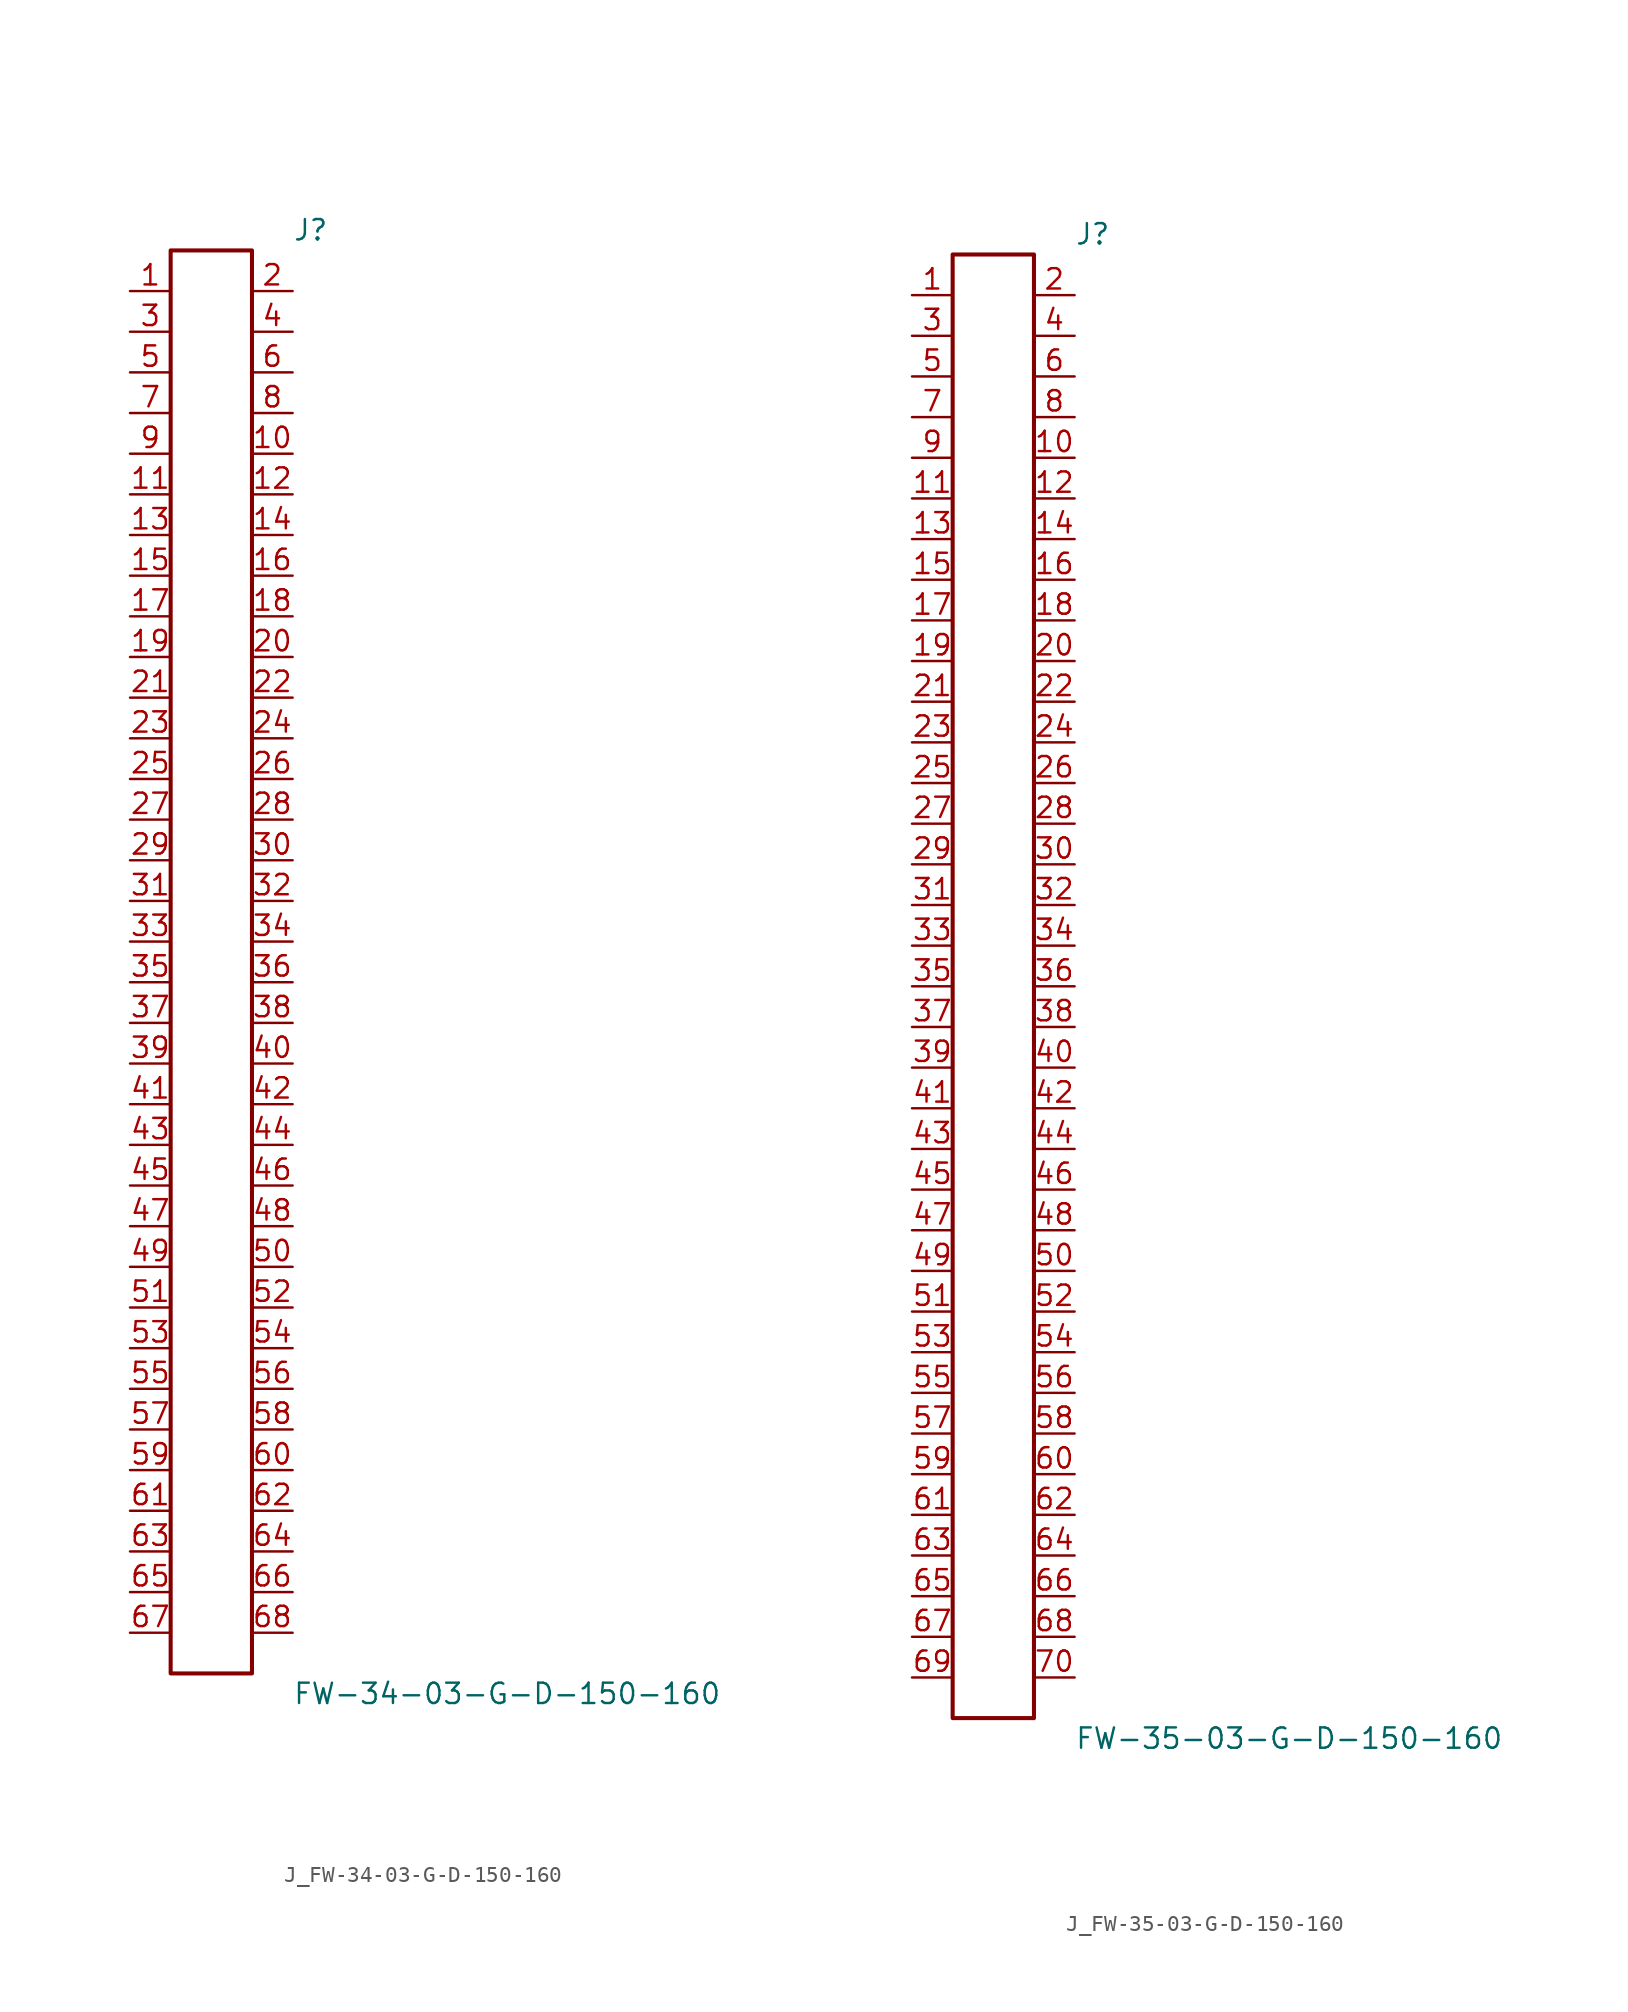
<source format=kicad_sym>
(kicad_symbol_lib
  (version 20231120)
  (generator kicad_symbol_editor)
  (generator_version 8.0)
  (symbol "J_FW-34-03-G-D-150-160"
    (pin_names
      (offset 0.254))
    (property "Reference" "J"
      (at 5.08 45.72 0)
      (effects (font (size 1.27 1.27)) (justify left)))
    (property "Value" "FW-34-03-G-D-150-160"
      (at 5.08 -45.72 0)
      (effects (font (size 1.27 1.27)) (justify left)))
    (symbol "J_FW-34-03-G-D-150-160_0_0"
      (pin passive line (at -5.08 41.91 0) (length 2.54) (name "" (effects (font (size 1.27 1.27)))) (number "1" (effects (font (size 1.27 1.27)))))
      (pin passive line (at 5.08 41.91 180) (length 2.54) (name "" (effects (font (size 1.27 1.27)))) (number "2" (effects (font (size 1.27 1.27)))))
      (pin passive line (at -5.08 39.37 0) (length 2.54) (name "" (effects (font (size 1.27 1.27)))) (number "3" (effects (font (size 1.27 1.27)))))
      (pin passive line (at 5.08 39.37 180) (length 2.54) (name "" (effects (font (size 1.27 1.27)))) (number "4" (effects (font (size 1.27 1.27)))))
      (pin passive line (at -5.08 36.83 0) (length 2.54) (name "" (effects (font (size 1.27 1.27)))) (number "5" (effects (font (size 1.27 1.27)))))
      (pin passive line (at 5.08 36.83 180) (length 2.54) (name "" (effects (font (size 1.27 1.27)))) (number "6" (effects (font (size 1.27 1.27)))))
      (pin passive line (at -5.08 34.29 0) (length 2.54) (name "" (effects (font (size 1.27 1.27)))) (number "7" (effects (font (size 1.27 1.27)))))
      (pin passive line (at 5.08 34.29 180) (length 2.54) (name "" (effects (font (size 1.27 1.27)))) (number "8" (effects (font (size 1.27 1.27)))))
      (pin passive line (at -5.08 31.75 0) (length 2.54) (name "" (effects (font (size 1.27 1.27)))) (number "9" (effects (font (size 1.27 1.27)))))
      (pin passive line (at 5.08 31.75 180) (length 2.54) (name "" (effects (font (size 1.27 1.27)))) (number "10" (effects (font (size 1.27 1.27)))))
      (pin passive line (at -5.08 29.21 0) (length 2.54) (name "" (effects (font (size 1.27 1.27)))) (number "11" (effects (font (size 1.27 1.27)))))
      (pin passive line (at 5.08 29.21 180) (length 2.54) (name "" (effects (font (size 1.27 1.27)))) (number "12" (effects (font (size 1.27 1.27)))))
      (pin passive line (at -5.08 26.67 0) (length 2.54) (name "" (effects (font (size 1.27 1.27)))) (number "13" (effects (font (size 1.27 1.27)))))
      (pin passive line (at 5.08 26.67 180) (length 2.54) (name "" (effects (font (size 1.27 1.27)))) (number "14" (effects (font (size 1.27 1.27)))))
      (pin passive line (at -5.08 24.13 0) (length 2.54) (name "" (effects (font (size 1.27 1.27)))) (number "15" (effects (font (size 1.27 1.27)))))
      (pin passive line (at 5.08 24.13 180) (length 2.54) (name "" (effects (font (size 1.27 1.27)))) (number "16" (effects (font (size 1.27 1.27)))))
      (pin passive line (at -5.08 21.59 0) (length 2.54) (name "" (effects (font (size 1.27 1.27)))) (number "17" (effects (font (size 1.27 1.27)))))
      (pin passive line (at 5.08 21.59 180) (length 2.54) (name "" (effects (font (size 1.27 1.27)))) (number "18" (effects (font (size 1.27 1.27)))))
      (pin passive line (at -5.08 19.05 0) (length 2.54) (name "" (effects (font (size 1.27 1.27)))) (number "19" (effects (font (size 1.27 1.27)))))
      (pin passive line (at 5.08 19.05 180) (length 2.54) (name "" (effects (font (size 1.27 1.27)))) (number "20" (effects (font (size 1.27 1.27)))))
      (pin passive line (at -5.08 16.51 0) (length 2.54) (name "" (effects (font (size 1.27 1.27)))) (number "21" (effects (font (size 1.27 1.27)))))
      (pin passive line (at 5.08 16.51 180) (length 2.54) (name "" (effects (font (size 1.27 1.27)))) (number "22" (effects (font (size 1.27 1.27)))))
      (pin passive line (at -5.08 13.97 0) (length 2.54) (name "" (effects (font (size 1.27 1.27)))) (number "23" (effects (font (size 1.27 1.27)))))
      (pin passive line (at 5.08 13.97 180) (length 2.54) (name "" (effects (font (size 1.27 1.27)))) (number "24" (effects (font (size 1.27 1.27)))))
      (pin passive line (at -5.08 11.43 0) (length 2.54) (name "" (effects (font (size 1.27 1.27)))) (number "25" (effects (font (size 1.27 1.27)))))
      (pin passive line (at 5.08 11.43 180) (length 2.54) (name "" (effects (font (size 1.27 1.27)))) (number "26" (effects (font (size 1.27 1.27)))))
      (pin passive line (at -5.08 8.89 0) (length 2.54) (name "" (effects (font (size 1.27 1.27)))) (number "27" (effects (font (size 1.27 1.27)))))
      (pin passive line (at 5.08 8.89 180) (length 2.54) (name "" (effects (font (size 1.27 1.27)))) (number "28" (effects (font (size 1.27 1.27)))))
      (pin passive line (at -5.08 6.35 0) (length 2.54) (name "" (effects (font (size 1.27 1.27)))) (number "29" (effects (font (size 1.27 1.27)))))
      (pin passive line (at 5.08 6.35 180) (length 2.54) (name "" (effects (font (size 1.27 1.27)))) (number "30" (effects (font (size 1.27 1.27)))))
      (pin passive line (at -5.08 3.81 0) (length 2.54) (name "" (effects (font (size 1.27 1.27)))) (number "31" (effects (font (size 1.27 1.27)))))
      (pin passive line (at 5.08 3.81 180) (length 2.54) (name "" (effects (font (size 1.27 1.27)))) (number "32" (effects (font (size 1.27 1.27)))))
      (pin passive line (at -5.08 1.27 0) (length 2.54) (name "" (effects (font (size 1.27 1.27)))) (number "33" (effects (font (size 1.27 1.27)))))
      (pin passive line (at 5.08 1.27 180) (length 2.54) (name "" (effects (font (size 1.27 1.27)))) (number "34" (effects (font (size 1.27 1.27)))))
      (pin passive line (at -5.08 -1.27 0) (length 2.54) (name "" (effects (font (size 1.27 1.27)))) (number "35" (effects (font (size 1.27 1.27)))))
      (pin passive line (at 5.08 -1.27 180) (length 2.54) (name "" (effects (font (size 1.27 1.27)))) (number "36" (effects (font (size 1.27 1.27)))))
      (pin passive line (at -5.08 -3.81 0) (length 2.54) (name "" (effects (font (size 1.27 1.27)))) (number "37" (effects (font (size 1.27 1.27)))))
      (pin passive line (at 5.08 -3.81 180) (length 2.54) (name "" (effects (font (size 1.27 1.27)))) (number "38" (effects (font (size 1.27 1.27)))))
      (pin passive line (at -5.08 -6.35 0) (length 2.54) (name "" (effects (font (size 1.27 1.27)))) (number "39" (effects (font (size 1.27 1.27)))))
      (pin passive line (at 5.08 -6.35 180) (length 2.54) (name "" (effects (font (size 1.27 1.27)))) (number "40" (effects (font (size 1.27 1.27)))))
      (pin passive line (at -5.08 -8.89 0) (length 2.54) (name "" (effects (font (size 1.27 1.27)))) (number "41" (effects (font (size 1.27 1.27)))))
      (pin passive line (at 5.08 -8.89 180) (length 2.54) (name "" (effects (font (size 1.27 1.27)))) (number "42" (effects (font (size 1.27 1.27)))))
      (pin passive line (at -5.08 -11.43 0) (length 2.54) (name "" (effects (font (size 1.27 1.27)))) (number "43" (effects (font (size 1.27 1.27)))))
      (pin passive line (at 5.08 -11.43 180) (length 2.54) (name "" (effects (font (size 1.27 1.27)))) (number "44" (effects (font (size 1.27 1.27)))))
      (pin passive line (at -5.08 -13.97 0) (length 2.54) (name "" (effects (font (size 1.27 1.27)))) (number "45" (effects (font (size 1.27 1.27)))))
      (pin passive line (at 5.08 -13.97 180) (length 2.54) (name "" (effects (font (size 1.27 1.27)))) (number "46" (effects (font (size 1.27 1.27)))))
      (pin passive line (at -5.08 -16.51 0) (length 2.54) (name "" (effects (font (size 1.27 1.27)))) (number "47" (effects (font (size 1.27 1.27)))))
      (pin passive line (at 5.08 -16.51 180) (length 2.54) (name "" (effects (font (size 1.27 1.27)))) (number "48" (effects (font (size 1.27 1.27)))))
      (pin passive line (at -5.08 -19.05 0) (length 2.54) (name "" (effects (font (size 1.27 1.27)))) (number "49" (effects (font (size 1.27 1.27)))))
      (pin passive line (at 5.08 -19.05 180) (length 2.54) (name "" (effects (font (size 1.27 1.27)))) (number "50" (effects (font (size 1.27 1.27)))))
      (pin passive line (at -5.08 -21.59 0) (length 2.54) (name "" (effects (font (size 1.27 1.27)))) (number "51" (effects (font (size 1.27 1.27)))))
      (pin passive line (at 5.08 -21.59 180) (length 2.54) (name "" (effects (font (size 1.27 1.27)))) (number "52" (effects (font (size 1.27 1.27)))))
      (pin passive line (at -5.08 -24.13 0) (length 2.54) (name "" (effects (font (size 1.27 1.27)))) (number "53" (effects (font (size 1.27 1.27)))))
      (pin passive line (at 5.08 -24.13 180) (length 2.54) (name "" (effects (font (size 1.27 1.27)))) (number "54" (effects (font (size 1.27 1.27)))))
      (pin passive line (at -5.08 -26.67 0) (length 2.54) (name "" (effects (font (size 1.27 1.27)))) (number "55" (effects (font (size 1.27 1.27)))))
      (pin passive line (at 5.08 -26.67 180) (length 2.54) (name "" (effects (font (size 1.27 1.27)))) (number "56" (effects (font (size 1.27 1.27)))))
      (pin passive line (at -5.08 -29.21 0) (length 2.54) (name "" (effects (font (size 1.27 1.27)))) (number "57" (effects (font (size 1.27 1.27)))))
      (pin passive line (at 5.08 -29.21 180) (length 2.54) (name "" (effects (font (size 1.27 1.27)))) (number "58" (effects (font (size 1.27 1.27)))))
      (pin passive line (at -5.08 -31.75 0) (length 2.54) (name "" (effects (font (size 1.27 1.27)))) (number "59" (effects (font (size 1.27 1.27)))))
      (pin passive line (at 5.08 -31.75 180) (length 2.54) (name "" (effects (font (size 1.27 1.27)))) (number "60" (effects (font (size 1.27 1.27)))))
      (pin passive line (at -5.08 -34.29 0) (length 2.54) (name "" (effects (font (size 1.27 1.27)))) (number "61" (effects (font (size 1.27 1.27)))))
      (pin passive line (at 5.08 -34.29 180) (length 2.54) (name "" (effects (font (size 1.27 1.27)))) (number "62" (effects (font (size 1.27 1.27)))))
      (pin passive line (at -5.08 -36.83 0) (length 2.54) (name "" (effects (font (size 1.27 1.27)))) (number "63" (effects (font (size 1.27 1.27)))))
      (pin passive line (at 5.08 -36.83 180) (length 2.54) (name "" (effects (font (size 1.27 1.27)))) (number "64" (effects (font (size 1.27 1.27)))))
      (pin passive line (at -5.08 -39.37 0) (length 2.54) (name "" (effects (font (size 1.27 1.27)))) (number "65" (effects (font (size 1.27 1.27)))))
      (pin passive line (at 5.08 -39.37 180) (length 2.54) (name "" (effects (font (size 1.27 1.27)))) (number "66" (effects (font (size 1.27 1.27)))))
      (pin passive line (at -5.08 -41.91 0) (length 2.54) (name "" (effects (font (size 1.27 1.27)))) (number "67" (effects (font (size 1.27 1.27)))))
      (pin passive line (at 5.08 -41.91 180) (length 2.54) (name "" (effects (font (size 1.27 1.27)))) (number "68" (effects (font (size 1.27 1.27))))))
    (symbol "J_FW-34-03-G-D-150-160_1_0"
      (rectangle (start -2.54 44.45) (end 2.54 -44.45) (stroke (width 0.254) (type solid)) (fill (type none)))))
  (symbol "J_FW-35-03-G-D-150-160"
    (pin_names
      (offset 0.254))
    (property "Reference" "J"
      (at 5.08 46.99 0)
      (effects (font (size 1.27 1.27)) (justify left)))
    (property "Value" "FW-35-03-G-D-150-160"
      (at 5.08 -46.99 0)
      (effects (font (size 1.27 1.27)) (justify left)))
    (symbol "J_FW-35-03-G-D-150-160_0_0"
      (pin passive line (at -5.08 43.18 0) (length 2.54) (name "" (effects (font (size 1.27 1.27)))) (number "1" (effects (font (size 1.27 1.27)))))
      (pin passive line (at 5.08 43.18 180) (length 2.54) (name "" (effects (font (size 1.27 1.27)))) (number "2" (effects (font (size 1.27 1.27)))))
      (pin passive line (at -5.08 40.64 0) (length 2.54) (name "" (effects (font (size 1.27 1.27)))) (number "3" (effects (font (size 1.27 1.27)))))
      (pin passive line (at 5.08 40.64 180) (length 2.54) (name "" (effects (font (size 1.27 1.27)))) (number "4" (effects (font (size 1.27 1.27)))))
      (pin passive line (at -5.08 38.1 0) (length 2.54) (name "" (effects (font (size 1.27 1.27)))) (number "5" (effects (font (size 1.27 1.27)))))
      (pin passive line (at 5.08 38.1 180) (length 2.54) (name "" (effects (font (size 1.27 1.27)))) (number "6" (effects (font (size 1.27 1.27)))))
      (pin passive line (at -5.08 35.56 0) (length 2.54) (name "" (effects (font (size 1.27 1.27)))) (number "7" (effects (font (size 1.27 1.27)))))
      (pin passive line (at 5.08 35.56 180) (length 2.54) (name "" (effects (font (size 1.27 1.27)))) (number "8" (effects (font (size 1.27 1.27)))))
      (pin passive line (at -5.08 33.02 0) (length 2.54) (name "" (effects (font (size 1.27 1.27)))) (number "9" (effects (font (size 1.27 1.27)))))
      (pin passive line (at 5.08 33.02 180) (length 2.54) (name "" (effects (font (size 1.27 1.27)))) (number "10" (effects (font (size 1.27 1.27)))))
      (pin passive line (at -5.08 30.48 0) (length 2.54) (name "" (effects (font (size 1.27 1.27)))) (number "11" (effects (font (size 1.27 1.27)))))
      (pin passive line (at 5.08 30.48 180) (length 2.54) (name "" (effects (font (size 1.27 1.27)))) (number "12" (effects (font (size 1.27 1.27)))))
      (pin passive line (at -5.08 27.94 0) (length 2.54) (name "" (effects (font (size 1.27 1.27)))) (number "13" (effects (font (size 1.27 1.27)))))
      (pin passive line (at 5.08 27.94 180) (length 2.54) (name "" (effects (font (size 1.27 1.27)))) (number "14" (effects (font (size 1.27 1.27)))))
      (pin passive line (at -5.08 25.4 0) (length 2.54) (name "" (effects (font (size 1.27 1.27)))) (number "15" (effects (font (size 1.27 1.27)))))
      (pin passive line (at 5.08 25.4 180) (length 2.54) (name "" (effects (font (size 1.27 1.27)))) (number "16" (effects (font (size 1.27 1.27)))))
      (pin passive line (at -5.08 22.86 0) (length 2.54) (name "" (effects (font (size 1.27 1.27)))) (number "17" (effects (font (size 1.27 1.27)))))
      (pin passive line (at 5.08 22.86 180) (length 2.54) (name "" (effects (font (size 1.27 1.27)))) (number "18" (effects (font (size 1.27 1.27)))))
      (pin passive line (at -5.08 20.32 0) (length 2.54) (name "" (effects (font (size 1.27 1.27)))) (number "19" (effects (font (size 1.27 1.27)))))
      (pin passive line (at 5.08 20.32 180) (length 2.54) (name "" (effects (font (size 1.27 1.27)))) (number "20" (effects (font (size 1.27 1.27)))))
      (pin passive line (at -5.08 17.78 0) (length 2.54) (name "" (effects (font (size 1.27 1.27)))) (number "21" (effects (font (size 1.27 1.27)))))
      (pin passive line (at 5.08 17.78 180) (length 2.54) (name "" (effects (font (size 1.27 1.27)))) (number "22" (effects (font (size 1.27 1.27)))))
      (pin passive line (at -5.08 15.24 0) (length 2.54) (name "" (effects (font (size 1.27 1.27)))) (number "23" (effects (font (size 1.27 1.27)))))
      (pin passive line (at 5.08 15.24 180) (length 2.54) (name "" (effects (font (size 1.27 1.27)))) (number "24" (effects (font (size 1.27 1.27)))))
      (pin passive line (at -5.08 12.7 0) (length 2.54) (name "" (effects (font (size 1.27 1.27)))) (number "25" (effects (font (size 1.27 1.27)))))
      (pin passive line (at 5.08 12.7 180) (length 2.54) (name "" (effects (font (size 1.27 1.27)))) (number "26" (effects (font (size 1.27 1.27)))))
      (pin passive line (at -5.08 10.16 0) (length 2.54) (name "" (effects (font (size 1.27 1.27)))) (number "27" (effects (font (size 1.27 1.27)))))
      (pin passive line (at 5.08 10.16 180) (length 2.54) (name "" (effects (font (size 1.27 1.27)))) (number "28" (effects (font (size 1.27 1.27)))))
      (pin passive line (at -5.08 7.62 0) (length 2.54) (name "" (effects (font (size 1.27 1.27)))) (number "29" (effects (font (size 1.27 1.27)))))
      (pin passive line (at 5.08 7.62 180) (length 2.54) (name "" (effects (font (size 1.27 1.27)))) (number "30" (effects (font (size 1.27 1.27)))))
      (pin passive line (at -5.08 5.08 0) (length 2.54) (name "" (effects (font (size 1.27 1.27)))) (number "31" (effects (font (size 1.27 1.27)))))
      (pin passive line (at 5.08 5.08 180) (length 2.54) (name "" (effects (font (size 1.27 1.27)))) (number "32" (effects (font (size 1.27 1.27)))))
      (pin passive line (at -5.08 2.54 0) (length 2.54) (name "" (effects (font (size 1.27 1.27)))) (number "33" (effects (font (size 1.27 1.27)))))
      (pin passive line (at 5.08 2.54 180) (length 2.54) (name "" (effects (font (size 1.27 1.27)))) (number "34" (effects (font (size 1.27 1.27)))))
      (pin passive line (at -5.08 0.0 0) (length 2.54) (name "" (effects (font (size 1.27 1.27)))) (number "35" (effects (font (size 1.27 1.27)))))
      (pin passive line (at 5.08 0.0 180) (length 2.54) (name "" (effects (font (size 1.27 1.27)))) (number "36" (effects (font (size 1.27 1.27)))))
      (pin passive line (at -5.08 -2.54 0) (length 2.54) (name "" (effects (font (size 1.27 1.27)))) (number "37" (effects (font (size 1.27 1.27)))))
      (pin passive line (at 5.08 -2.54 180) (length 2.54) (name "" (effects (font (size 1.27 1.27)))) (number "38" (effects (font (size 1.27 1.27)))))
      (pin passive line (at -5.08 -5.08 0) (length 2.54) (name "" (effects (font (size 1.27 1.27)))) (number "39" (effects (font (size 1.27 1.27)))))
      (pin passive line (at 5.08 -5.08 180) (length 2.54) (name "" (effects (font (size 1.27 1.27)))) (number "40" (effects (font (size 1.27 1.27)))))
      (pin passive line (at -5.08 -7.62 0) (length 2.54) (name "" (effects (font (size 1.27 1.27)))) (number "41" (effects (font (size 1.27 1.27)))))
      (pin passive line (at 5.08 -7.62 180) (length 2.54) (name "" (effects (font (size 1.27 1.27)))) (number "42" (effects (font (size 1.27 1.27)))))
      (pin passive line (at -5.08 -10.16 0) (length 2.54) (name "" (effects (font (size 1.27 1.27)))) (number "43" (effects (font (size 1.27 1.27)))))
      (pin passive line (at 5.08 -10.16 180) (length 2.54) (name "" (effects (font (size 1.27 1.27)))) (number "44" (effects (font (size 1.27 1.27)))))
      (pin passive line (at -5.08 -12.7 0) (length 2.54) (name "" (effects (font (size 1.27 1.27)))) (number "45" (effects (font (size 1.27 1.27)))))
      (pin passive line (at 5.08 -12.7 180) (length 2.54) (name "" (effects (font (size 1.27 1.27)))) (number "46" (effects (font (size 1.27 1.27)))))
      (pin passive line (at -5.08 -15.24 0) (length 2.54) (name "" (effects (font (size 1.27 1.27)))) (number "47" (effects (font (size 1.27 1.27)))))
      (pin passive line (at 5.08 -15.24 180) (length 2.54) (name "" (effects (font (size 1.27 1.27)))) (number "48" (effects (font (size 1.27 1.27)))))
      (pin passive line (at -5.08 -17.78 0) (length 2.54) (name "" (effects (font (size 1.27 1.27)))) (number "49" (effects (font (size 1.27 1.27)))))
      (pin passive line (at 5.08 -17.78 180) (length 2.54) (name "" (effects (font (size 1.27 1.27)))) (number "50" (effects (font (size 1.27 1.27)))))
      (pin passive line (at -5.08 -20.32 0) (length 2.54) (name "" (effects (font (size 1.27 1.27)))) (number "51" (effects (font (size 1.27 1.27)))))
      (pin passive line (at 5.08 -20.32 180) (length 2.54) (name "" (effects (font (size 1.27 1.27)))) (number "52" (effects (font (size 1.27 1.27)))))
      (pin passive line (at -5.08 -22.86 0) (length 2.54) (name "" (effects (font (size 1.27 1.27)))) (number "53" (effects (font (size 1.27 1.27)))))
      (pin passive line (at 5.08 -22.86 180) (length 2.54) (name "" (effects (font (size 1.27 1.27)))) (number "54" (effects (font (size 1.27 1.27)))))
      (pin passive line (at -5.08 -25.4 0) (length 2.54) (name "" (effects (font (size 1.27 1.27)))) (number "55" (effects (font (size 1.27 1.27)))))
      (pin passive line (at 5.08 -25.4 180) (length 2.54) (name "" (effects (font (size 1.27 1.27)))) (number "56" (effects (font (size 1.27 1.27)))))
      (pin passive line (at -5.08 -27.94 0) (length 2.54) (name "" (effects (font (size 1.27 1.27)))) (number "57" (effects (font (size 1.27 1.27)))))
      (pin passive line (at 5.08 -27.94 180) (length 2.54) (name "" (effects (font (size 1.27 1.27)))) (number "58" (effects (font (size 1.27 1.27)))))
      (pin passive line (at -5.08 -30.48 0) (length 2.54) (name "" (effects (font (size 1.27 1.27)))) (number "59" (effects (font (size 1.27 1.27)))))
      (pin passive line (at 5.08 -30.48 180) (length 2.54) (name "" (effects (font (size 1.27 1.27)))) (number "60" (effects (font (size 1.27 1.27)))))
      (pin passive line (at -5.08 -33.02 0) (length 2.54) (name "" (effects (font (size 1.27 1.27)))) (number "61" (effects (font (size 1.27 1.27)))))
      (pin passive line (at 5.08 -33.02 180) (length 2.54) (name "" (effects (font (size 1.27 1.27)))) (number "62" (effects (font (size 1.27 1.27)))))
      (pin passive line (at -5.08 -35.56 0) (length 2.54) (name "" (effects (font (size 1.27 1.27)))) (number "63" (effects (font (size 1.27 1.27)))))
      (pin passive line (at 5.08 -35.56 180) (length 2.54) (name "" (effects (font (size 1.27 1.27)))) (number "64" (effects (font (size 1.27 1.27)))))
      (pin passive line (at -5.08 -38.1 0) (length 2.54) (name "" (effects (font (size 1.27 1.27)))) (number "65" (effects (font (size 1.27 1.27)))))
      (pin passive line (at 5.08 -38.1 180) (length 2.54) (name "" (effects (font (size 1.27 1.27)))) (number "66" (effects (font (size 1.27 1.27)))))
      (pin passive line (at -5.08 -40.64 0) (length 2.54) (name "" (effects (font (size 1.27 1.27)))) (number "67" (effects (font (size 1.27 1.27)))))
      (pin passive line (at 5.08 -40.64 180) (length 2.54) (name "" (effects (font (size 1.27 1.27)))) (number "68" (effects (font (size 1.27 1.27)))))
      (pin passive line (at -5.08 -43.18 0) (length 2.54) (name "" (effects (font (size 1.27 1.27)))) (number "69" (effects (font (size 1.27 1.27)))))
      (pin passive line (at 5.08 -43.18 180) (length 2.54) (name "" (effects (font (size 1.27 1.27)))) (number "70" (effects (font (size 1.27 1.27))))))
    (symbol "J_FW-35-03-G-D-150-160_1_0"
      (rectangle (start -2.54 45.72) (end 2.54 -45.72) (stroke (width 0.254) (type solid)) (fill (type none))))))
</source>
